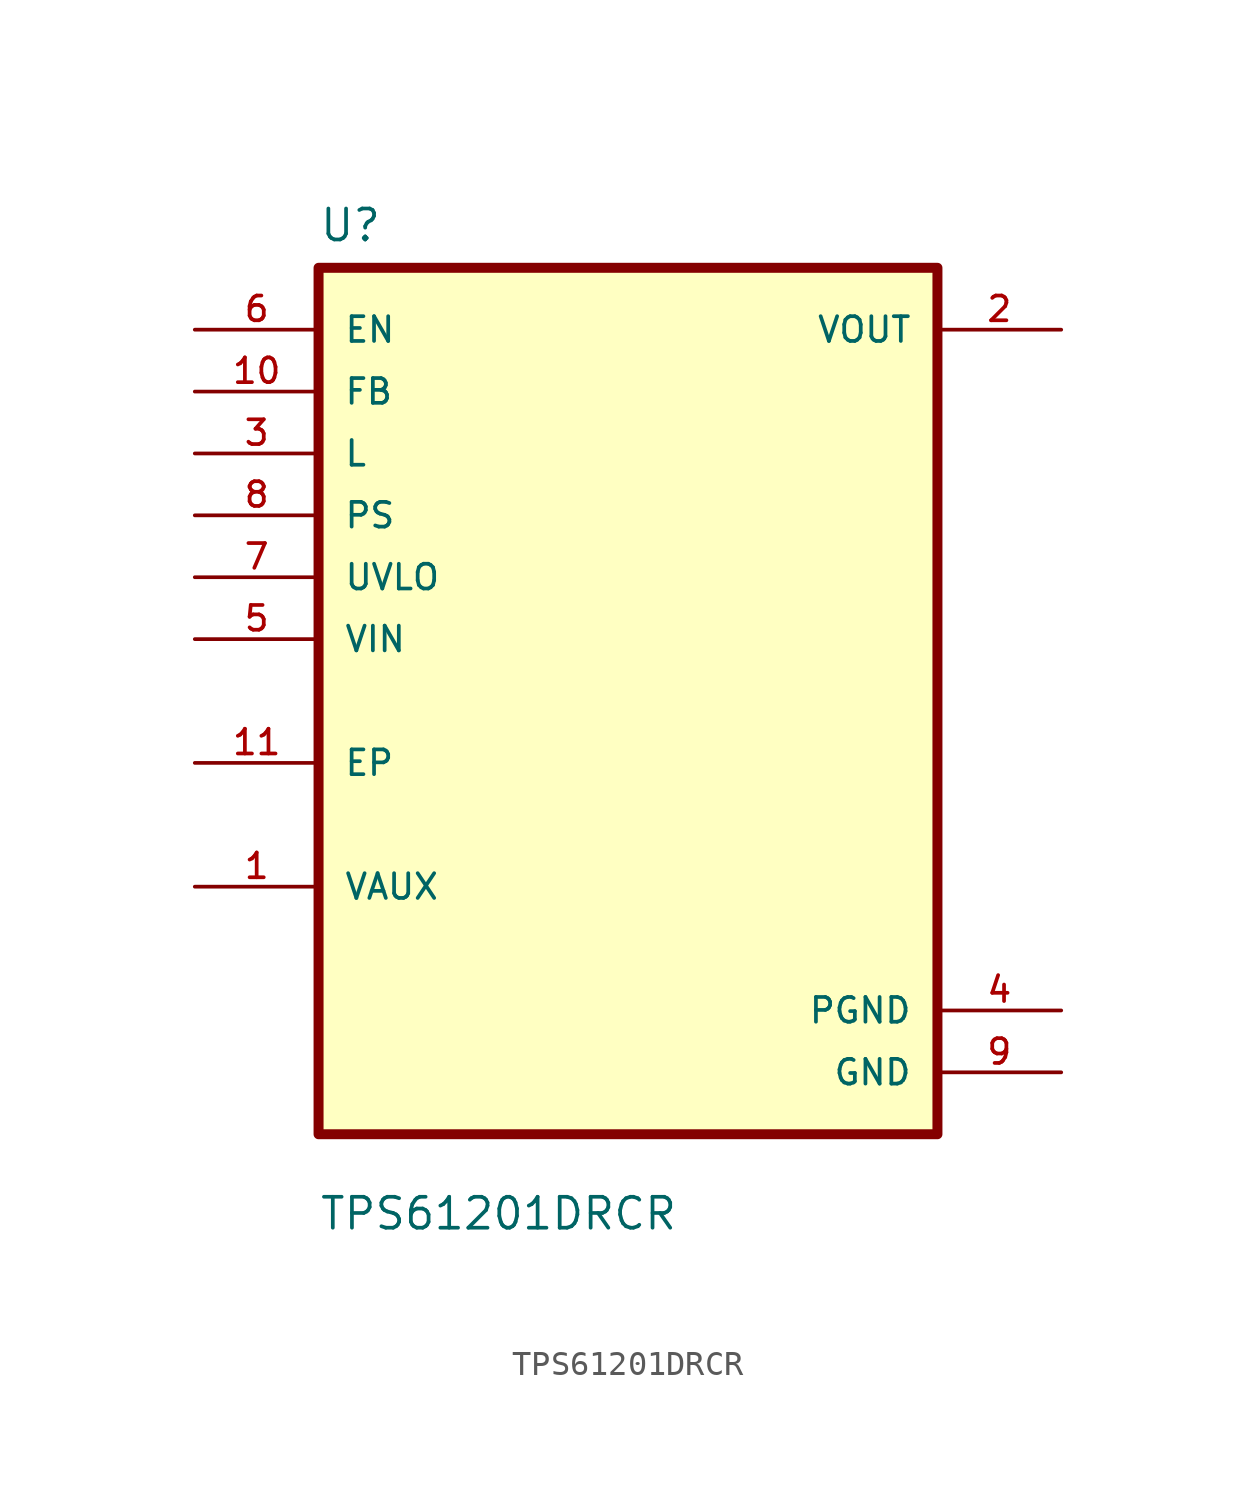
<source format=kicad_sym>
(kicad_symbol_lib
  (version 20211014)
  (generator kicad_symbol_editor)
  (symbol "TPS61201DRCR"
    (pin_names
      (offset 1.016))
    (property "Reference" "U"
      (at -12.7 18.78 0.0)
      (effects (font (size 1.27 1.27)) (justify bottom left)))
    (property "Value" "TPS61201DRCR"
      (at -12.7 -21.78 0.0)
      (effects (font (size 1.27 1.27)) (justify bottom left)))
    (symbol "TPS61201DRCR_0_0"
      (rectangle (start -12.7 -17.78) (end 12.7 17.78) (stroke (width 0.41)) (fill (type background)))
      (pin input line (at -17.78 15.24 0) (length 5.08) (name "EN" (effects (font (size 1.016 1.016)))) (number "6" (effects (font (size 1.016 1.016)))))
      (pin input line (at -17.78 12.7 0) (length 5.08) (name "FB" (effects (font (size 1.016 1.016)))) (number "10" (effects (font (size 1.016 1.016)))))
      (pin input line (at -17.78 10.16 0) (length 5.08) (name "L" (effects (font (size 1.016 1.016)))) (number "3" (effects (font (size 1.016 1.016)))))
      (pin input line (at -17.78 7.62 0) (length 5.08) (name "PS" (effects (font (size 1.016 1.016)))) (number "8" (effects (font (size 1.016 1.016)))))
      (pin input line (at -17.78 5.08 0) (length 5.08) (name "UVLO" (effects (font (size 1.016 1.016)))) (number "7" (effects (font (size 1.016 1.016)))))
      (pin input line (at -17.78 2.54 0) (length 5.08) (name "VIN" (effects (font (size 1.016 1.016)))) (number "5" (effects (font (size 1.016 1.016)))))
      (pin bidirectional line (at -17.78 -2.54 0) (length 5.08) (name "EP" (effects (font (size 1.016 1.016)))) (number "11" (effects (font (size 1.016 1.016)))))
      (pin bidirectional line (at -17.78 -7.62 0) (length 5.08) (name "VAUX" (effects (font (size 1.016 1.016)))) (number "1" (effects (font (size 1.016 1.016)))))
      (pin output line (at 17.78 15.24 180.0) (length 5.08) (name "VOUT" (effects (font (size 1.016 1.016)))) (number "2" (effects (font (size 1.016 1.016)))))
      (pin power_in line (at 17.78 -12.7 180.0) (length 5.08) (name "PGND" (effects (font (size 1.016 1.016)))) (number "4" (effects (font (size 1.016 1.016)))))
      (pin power_in line (at 17.78 -15.24 180.0) (length 5.08) (name "GND" (effects (font (size 1.016 1.016)))) (number "9" (effects (font (size 1.016 1.016))))))))
</source>
